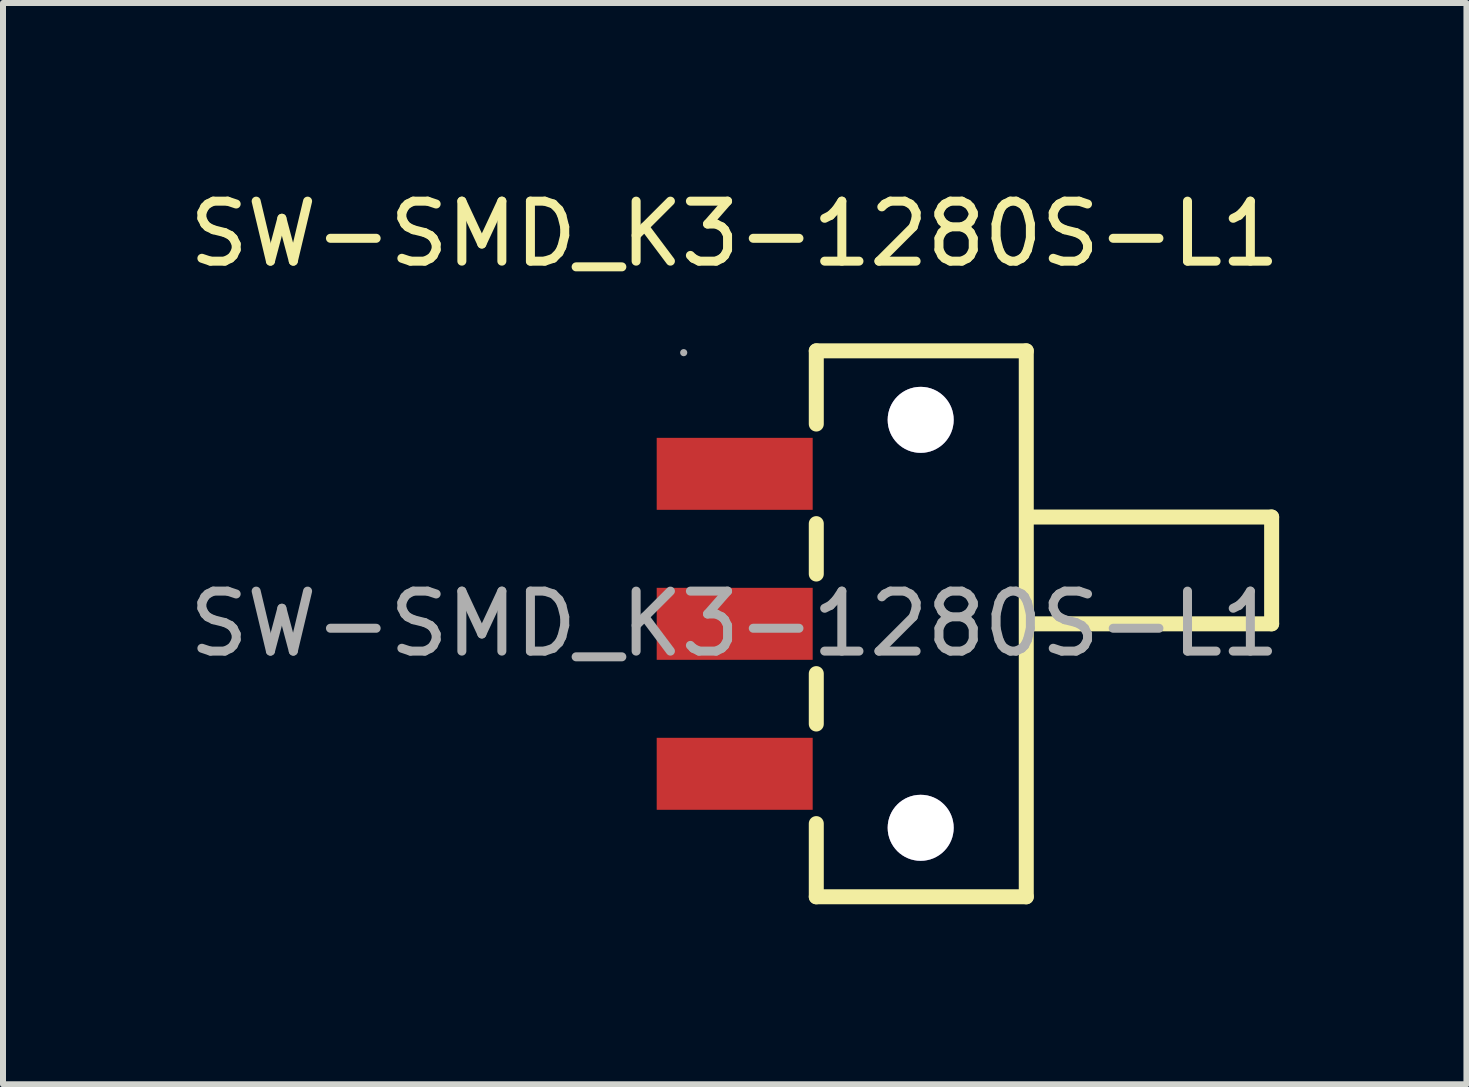
<source format=kicad_pcb>
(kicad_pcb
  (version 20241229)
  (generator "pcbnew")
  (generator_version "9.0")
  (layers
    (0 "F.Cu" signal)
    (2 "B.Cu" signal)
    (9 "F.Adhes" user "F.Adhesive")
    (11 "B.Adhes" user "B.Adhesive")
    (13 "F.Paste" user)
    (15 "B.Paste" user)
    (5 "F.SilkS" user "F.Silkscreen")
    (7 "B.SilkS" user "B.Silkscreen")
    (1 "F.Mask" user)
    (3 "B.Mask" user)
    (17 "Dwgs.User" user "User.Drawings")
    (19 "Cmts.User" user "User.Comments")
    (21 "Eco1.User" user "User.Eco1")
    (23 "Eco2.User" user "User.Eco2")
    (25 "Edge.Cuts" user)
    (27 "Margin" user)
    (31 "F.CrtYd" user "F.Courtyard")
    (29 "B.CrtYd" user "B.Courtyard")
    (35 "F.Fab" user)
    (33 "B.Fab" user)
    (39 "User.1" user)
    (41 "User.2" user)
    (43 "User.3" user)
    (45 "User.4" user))
  (footprint "SW-SMD_K3-1280S-L1"
    (layer "F.Cu")
    (at 9.196 7.348)
    (property "Reference" "SW-SMD_K3-1280S-L1" (at 0 -6.5 0) (layer "F.SilkS") (effects (font (size 1 1) (thickness 0.15))))
    (attr smd)
    (fp_line (start 1.36 -4.55) (end 1.36 -3.33) (stroke (width 0.25) (type solid)) (layer "F.SilkS"))
    (fp_line (start 1.36 -4.55) (end 4.86 -4.55) (stroke (width 0.25) (type solid)) (layer "F.SilkS"))
    (fp_line (start 1.36 -1.67) (end 1.36 -0.83) (stroke (width 0.25) (type solid)) (layer "F.SilkS"))
    (fp_line (start 1.36 0.83) (end 1.36 1.67) (stroke (width 0.25) (type solid)) (layer "F.SilkS"))
    (fp_line (start 1.36 3.33) (end 1.36 4.55) (stroke (width 0.25) (type solid)) (layer "F.SilkS"))
    (fp_line (start 4.86 -4.55) (end 4.86 4.55) (stroke (width 0.25) (type solid)) (layer "F.SilkS"))
    (fp_line (start 4.86 4.55) (end 1.36 4.55) (stroke (width 0.25) (type solid)) (layer "F.SilkS"))
    (fp_line (start 4.88 -1.78) (end 8.95 -1.78) (stroke (width 0.25) (type solid)) (layer "F.SilkS"))
    (fp_line (start 8.95 -1.78) (end 8.95 0) (stroke (width 0.25) (type solid)) (layer "F.SilkS"))
    (fp_line (start 8.95 0) (end 4.88 0) (stroke (width 0.25) (type solid)) (layer "F.SilkS"))
    (fp_circle (center -0.85 -4.52) (end -0.82 -4.52) (stroke (width 0.06) (type solid)) (fill no) (layer "F.Fab"))
    (fp_text user "${REFERENCE}" (at 0 0 0) (layer "F.Fab") (effects (font (size 1 1) (thickness 0.15))))
    (pad "" thru_hole circle (at 3.1 -3.4) (size 1.1 1.1) (drill 1.1) (layers "*.Cu" "*.Mask"))
    (pad "" thru_hole circle (at 3.1 3.4) (size 1.1 1.1) (drill 1.1) (layers "*.Cu" "*.Mask"))
    (pad "1" smd rect (at 0 -2.5) (size 2.6 1.2) (layers "F.Cu" "F.Mask" "F.Paste"))
    (pad "2" smd rect (at 0 0) (size 2.6 1.2) (layers "F.Cu" "F.Mask" "F.Paste"))
    (pad "3" smd rect (at 0 2.5) (size 2.6 1.2) (layers "F.Cu" "F.Mask" "F.Paste")))
  (gr_rect
    (start -3 -3)
    (end 21.393 15.023)
    (stroke (width 0.1) (type default))
    (fill no)
    (layer "Edge.Cuts")))
</source>
